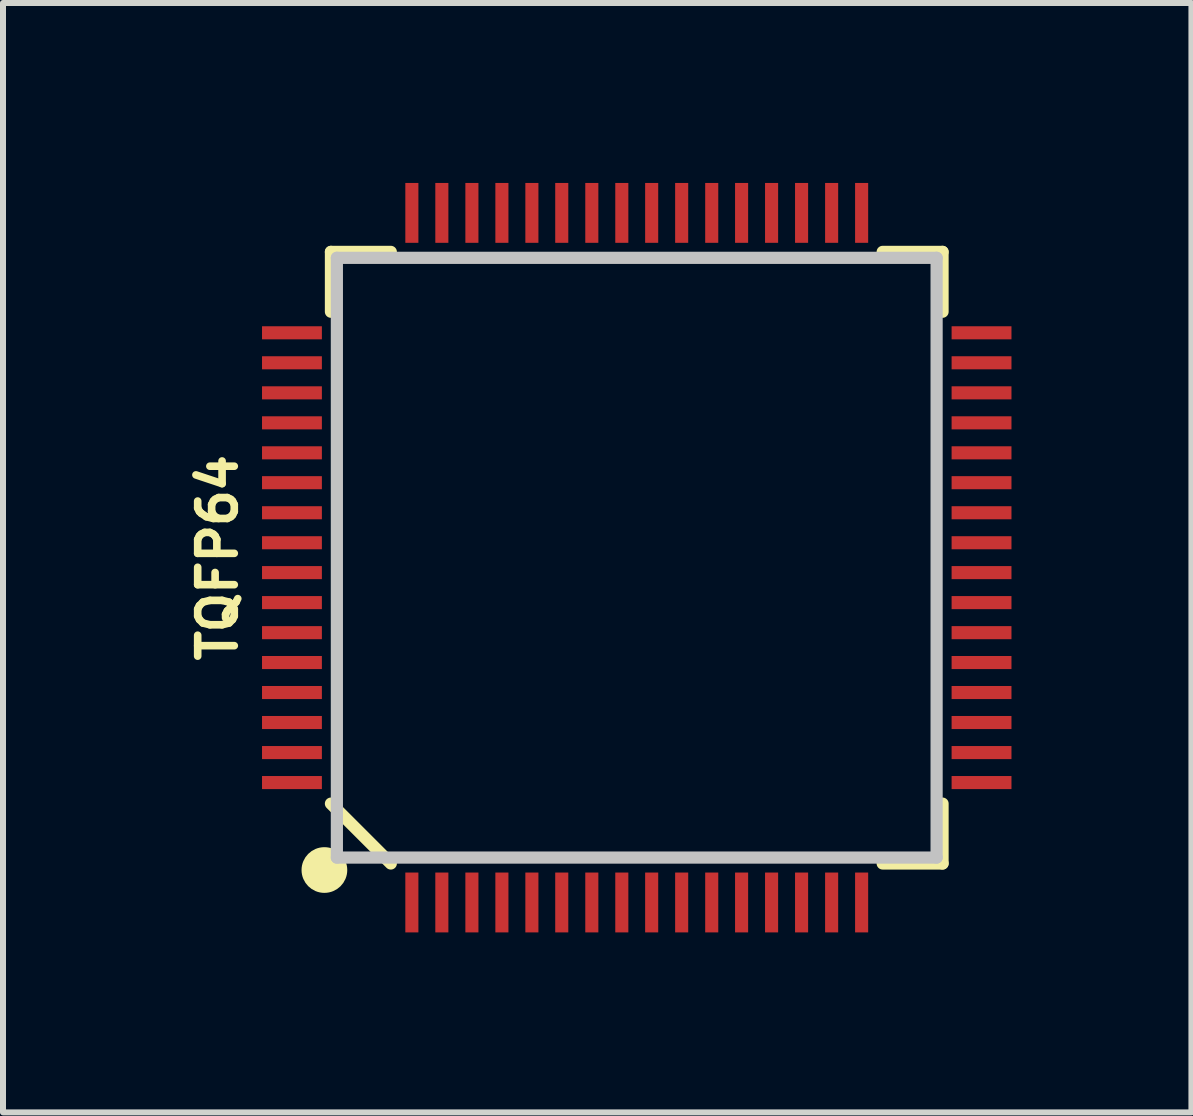
<source format=kicad_pcb>
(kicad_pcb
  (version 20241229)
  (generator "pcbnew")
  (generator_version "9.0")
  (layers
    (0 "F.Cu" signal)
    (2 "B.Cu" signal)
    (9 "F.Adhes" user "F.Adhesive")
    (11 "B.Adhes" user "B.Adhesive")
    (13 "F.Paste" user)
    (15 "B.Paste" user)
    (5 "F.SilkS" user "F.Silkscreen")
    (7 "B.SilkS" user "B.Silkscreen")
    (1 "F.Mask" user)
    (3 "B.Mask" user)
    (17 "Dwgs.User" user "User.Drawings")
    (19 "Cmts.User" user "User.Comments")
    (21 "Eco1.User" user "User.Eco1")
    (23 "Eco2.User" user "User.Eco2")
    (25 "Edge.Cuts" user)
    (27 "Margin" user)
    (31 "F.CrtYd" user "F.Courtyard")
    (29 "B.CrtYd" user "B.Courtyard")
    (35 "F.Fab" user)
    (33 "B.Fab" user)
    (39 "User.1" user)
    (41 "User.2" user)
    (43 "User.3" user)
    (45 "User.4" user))
  (footprint "TQFP64"
    (layer "F.Cu")
    (at 7.565 6.247)
    (property "Reference" "TQFP64" (at -6.985 0 90) (layer "F.SilkS") (effects (font (size 0.61 0.61) (thickness 0.127))))
    (attr smd)
    (fp_line (start -5.098 -5.098) (end -4.1 -5.098) (stroke (width 0.203) (type solid)) (layer "F.SilkS"))
    (fp_line (start -5.098 -4.1) (end -5.098 -5.098) (stroke (width 0.203) (type solid)) (layer "F.SilkS"))
    (fp_line (start -5.098 4.1) (end -4.1 5.098) (stroke (width 0.203) (type solid)) (layer "F.SilkS"))
    (fp_line (start 4.1 -5.098) (end 5.098 -5.098) (stroke (width 0.203) (type solid)) (layer "F.SilkS"))
    (fp_line (start 4.1 5.098) (end 5.098 5.098) (stroke (width 0.203) (type solid)) (layer "F.SilkS"))
    (fp_line (start 5.098 -5.098) (end 5.098 -4.1) (stroke (width 0.203) (type solid)) (layer "F.SilkS"))
    (fp_line (start 5.098 5.098) (end 5.098 4.1) (stroke (width 0.203) (type solid)) (layer "F.SilkS"))
    (fp_circle (center -5.207 5.207) (end -5.08 5.207) (stroke (width 0.254) (type solid)) (fill no) (layer "F.SilkS"))
    (fp_circle (center -5.207 5.207) (end -4.953 5.207) (stroke (width 0.254) (type solid)) (fill no) (layer "F.SilkS"))
    (fp_line (start -4.999 -4.999) (end 4.999 -4.999) (stroke (width 0.203) (type solid)) (layer "Dwgs.User"))
    (fp_line (start -4.999 4.999) (end -4.999 -4.999) (stroke (width 0.203) (type solid)) (layer "Dwgs.User"))
    (fp_line (start 4.999 -4.999) (end 4.999 4.999) (stroke (width 0.203) (type solid)) (layer "Dwgs.User"))
    (fp_line (start 4.999 4.999) (end -4.999 4.999) (stroke (width 0.203) (type solid)) (layer "Dwgs.User"))
    (pad "1" smd rect (at -3.749 5.748) (size 0.218 0.998) (layers "F.Cu" "F.Mask" "F.Paste"))
    (pad "2" smd rect (at -3.249 5.748) (size 0.218 0.998) (layers "F.Cu" "F.Mask" "F.Paste"))
    (pad "3" smd rect (at -2.748 5.748) (size 0.218 0.998) (layers "F.Cu" "F.Mask" "F.Paste"))
    (pad "4" smd rect (at -2.248 5.748) (size 0.218 0.998) (layers "F.Cu" "F.Mask" "F.Paste"))
    (pad "5" smd rect (at -1.748 5.748) (size 0.218 0.998) (layers "F.Cu" "F.Mask" "F.Paste"))
    (pad "6" smd rect (at -1.25 5.748) (size 0.218 0.998) (layers "F.Cu" "F.Mask" "F.Paste"))
    (pad "7" smd rect (at -0.749 5.748) (size 0.218 0.998) (layers "F.Cu" "F.Mask" "F.Paste"))
    (pad "8" smd rect (at -0.249 5.748) (size 0.218 0.998) (layers "F.Cu" "F.Mask" "F.Paste"))
    (pad "9" smd rect (at 0.249 5.748) (size 0.218 0.998) (layers "F.Cu" "F.Mask" "F.Paste"))
    (pad "10" smd rect (at 0.749 5.748) (size 0.218 0.998) (layers "F.Cu" "F.Mask" "F.Paste"))
    (pad "11" smd rect (at 1.25 5.748) (size 0.218 0.998) (layers "F.Cu" "F.Mask" "F.Paste"))
    (pad "12" smd rect (at 1.748 5.748) (size 0.218 0.998) (layers "F.Cu" "F.Mask" "F.Paste"))
    (pad "13" smd rect (at 2.248 5.748) (size 0.218 0.998) (layers "F.Cu" "F.Mask" "F.Paste"))
    (pad "14" smd rect (at 2.748 5.748) (size 0.218 0.998) (layers "F.Cu" "F.Mask" "F.Paste"))
    (pad "15" smd rect (at 3.249 5.748) (size 0.218 0.998) (layers "F.Cu" "F.Mask" "F.Paste"))
    (pad "16" smd rect (at 3.749 5.748) (size 0.218 0.998) (layers "F.Cu" "F.Mask" "F.Paste"))
    (pad "17" smd rect (at 5.748 3.749 90) (size 0.218 0.998) (layers "F.Cu" "F.Mask" "F.Paste"))
    (pad "18" smd rect (at 5.748 3.249 90) (size 0.218 0.998) (layers "F.Cu" "F.Mask" "F.Paste"))
    (pad "19" smd rect (at 5.748 2.748 90) (size 0.218 0.998) (layers "F.Cu" "F.Mask" "F.Paste"))
    (pad "20" smd rect (at 5.748 2.248 90) (size 0.218 0.998) (layers "F.Cu" "F.Mask" "F.Paste"))
    (pad "21" smd rect (at 5.748 1.748 90) (size 0.218 0.998) (layers "F.Cu" "F.Mask" "F.Paste"))
    (pad "22" smd rect (at 5.748 1.25 90) (size 0.218 0.998) (layers "F.Cu" "F.Mask" "F.Paste"))
    (pad "23" smd rect (at 5.748 0.749 90) (size 0.218 0.998) (layers "F.Cu" "F.Mask" "F.Paste"))
    (pad "24" smd rect (at 5.748 0.249 90) (size 0.218 0.998) (layers "F.Cu" "F.Mask" "F.Paste"))
    (pad "25" smd rect (at 5.748 -0.249 90) (size 0.218 0.998) (layers "F.Cu" "F.Mask" "F.Paste"))
    (pad "26" smd rect (at 5.748 -0.749 90) (size 0.218 0.998) (layers "F.Cu" "F.Mask" "F.Paste"))
    (pad "27" smd rect (at 5.748 -1.25 90) (size 0.218 0.998) (layers "F.Cu" "F.Mask" "F.Paste"))
    (pad "28" smd rect (at 5.748 -1.748 90) (size 0.218 0.998) (layers "F.Cu" "F.Mask" "F.Paste"))
    (pad "29" smd rect (at 5.748 -2.248 90) (size 0.218 0.998) (layers "F.Cu" "F.Mask" "F.Paste"))
    (pad "30" smd rect (at 5.748 -2.748 90) (size 0.218 0.998) (layers "F.Cu" "F.Mask" "F.Paste"))
    (pad "31" smd rect (at 5.748 -3.249 90) (size 0.218 0.998) (layers "F.Cu" "F.Mask" "F.Paste"))
    (pad "32" smd rect (at 5.748 -3.749 90) (size 0.218 0.998) (layers "F.Cu" "F.Mask" "F.Paste"))
    (pad "33" smd rect (at 3.749 -5.748 180) (size 0.218 0.998) (layers "F.Cu" "F.Mask" "F.Paste"))
    (pad "34" smd rect (at 3.249 -5.748 180) (size 0.218 0.998) (layers "F.Cu" "F.Mask" "F.Paste"))
    (pad "35" smd rect (at 2.748 -5.748 180) (size 0.218 0.998) (layers "F.Cu" "F.Mask" "F.Paste"))
    (pad "36" smd rect (at 2.248 -5.748 180) (size 0.218 0.998) (layers "F.Cu" "F.Mask" "F.Paste"))
    (pad "37" smd rect (at 1.748 -5.748 180) (size 0.218 0.998) (layers "F.Cu" "F.Mask" "F.Paste"))
    (pad "38" smd rect (at 1.25 -5.748 180) (size 0.218 0.998) (layers "F.Cu" "F.Mask" "F.Paste"))
    (pad "39" smd rect (at 0.749 -5.748 180) (size 0.218 0.998) (layers "F.Cu" "F.Mask" "F.Paste"))
    (pad "40" smd rect (at 0.249 -5.748 180) (size 0.218 0.998) (layers "F.Cu" "F.Mask" "F.Paste"))
    (pad "41" smd rect (at -0.249 -5.748 180) (size 0.218 0.998) (layers "F.Cu" "F.Mask" "F.Paste"))
    (pad "42" smd rect (at -0.749 -5.748 180) (size 0.218 0.998) (layers "F.Cu" "F.Mask" "F.Paste"))
    (pad "43" smd rect (at -1.25 -5.748 180) (size 0.218 0.998) (layers "F.Cu" "F.Mask" "F.Paste"))
    (pad "44" smd rect (at -1.748 -5.748 180) (size 0.218 0.998) (layers "F.Cu" "F.Mask" "F.Paste"))
    (pad "45" smd rect (at -2.248 -5.748 180) (size 0.218 0.998) (layers "F.Cu" "F.Mask" "F.Paste"))
    (pad "46" smd rect (at -2.748 -5.748 180) (size 0.218 0.998) (layers "F.Cu" "F.Mask" "F.Paste"))
    (pad "47" smd rect (at -3.249 -5.748 180) (size 0.218 0.998) (layers "F.Cu" "F.Mask" "F.Paste"))
    (pad "48" smd rect (at -3.749 -5.748 180) (size 0.218 0.998) (layers "F.Cu" "F.Mask" "F.Paste"))
    (pad "49" smd rect (at -5.748 -3.749 270) (size 0.218 0.998) (layers "F.Cu" "F.Mask" "F.Paste"))
    (pad "50" smd rect (at -5.748 -3.249 270) (size 0.218 0.998) (layers "F.Cu" "F.Mask" "F.Paste"))
    (pad "51" smd rect (at -5.748 -2.748 270) (size 0.218 0.998) (layers "F.Cu" "F.Mask" "F.Paste"))
    (pad "52" smd rect (at -5.748 -2.248 270) (size 0.218 0.998) (layers "F.Cu" "F.Mask" "F.Paste"))
    (pad "53" smd rect (at -5.748 -1.748 270) (size 0.218 0.998) (layers "F.Cu" "F.Mask" "F.Paste"))
    (pad "54" smd rect (at -5.748 -1.25 270) (size 0.218 0.998) (layers "F.Cu" "F.Mask" "F.Paste"))
    (pad "55" smd rect (at -5.748 -0.749 270) (size 0.218 0.998) (layers "F.Cu" "F.Mask" "F.Paste"))
    (pad "56" smd rect (at -5.748 -0.249 270) (size 0.218 0.998) (layers "F.Cu" "F.Mask" "F.Paste"))
    (pad "57" smd rect (at -5.748 0.249 270) (size 0.218 0.998) (layers "F.Cu" "F.Mask" "F.Paste"))
    (pad "58" smd rect (at -5.748 0.749 270) (size 0.218 0.998) (layers "F.Cu" "F.Mask" "F.Paste"))
    (pad "59" smd rect (at -5.748 1.25 270) (size 0.218 0.998) (layers "F.Cu" "F.Mask" "F.Paste"))
    (pad "60" smd rect (at -5.748 1.748 270) (size 0.218 0.998) (layers "F.Cu" "F.Mask" "F.Paste"))
    (pad "61" smd rect (at -5.748 2.248 270) (size 0.218 0.998) (layers "F.Cu" "F.Mask" "F.Paste"))
    (pad "62" smd rect (at -5.748 2.748 270) (size 0.218 0.998) (layers "F.Cu" "F.Mask" "F.Paste"))
    (pad "63" smd rect (at -5.748 3.249 270) (size 0.218 0.998) (layers "F.Cu" "F.Mask" "F.Paste"))
    (pad "64" smd rect (at -5.748 3.749 270) (size 0.218 0.998) (layers "F.Cu" "F.Mask" "F.Paste")))
  (gr_rect
    (start -3 -3)
    (end 16.812 15.494)
    (stroke (width 0.1) (type default))
    (fill no)
    (layer "Edge.Cuts")))
</source>
